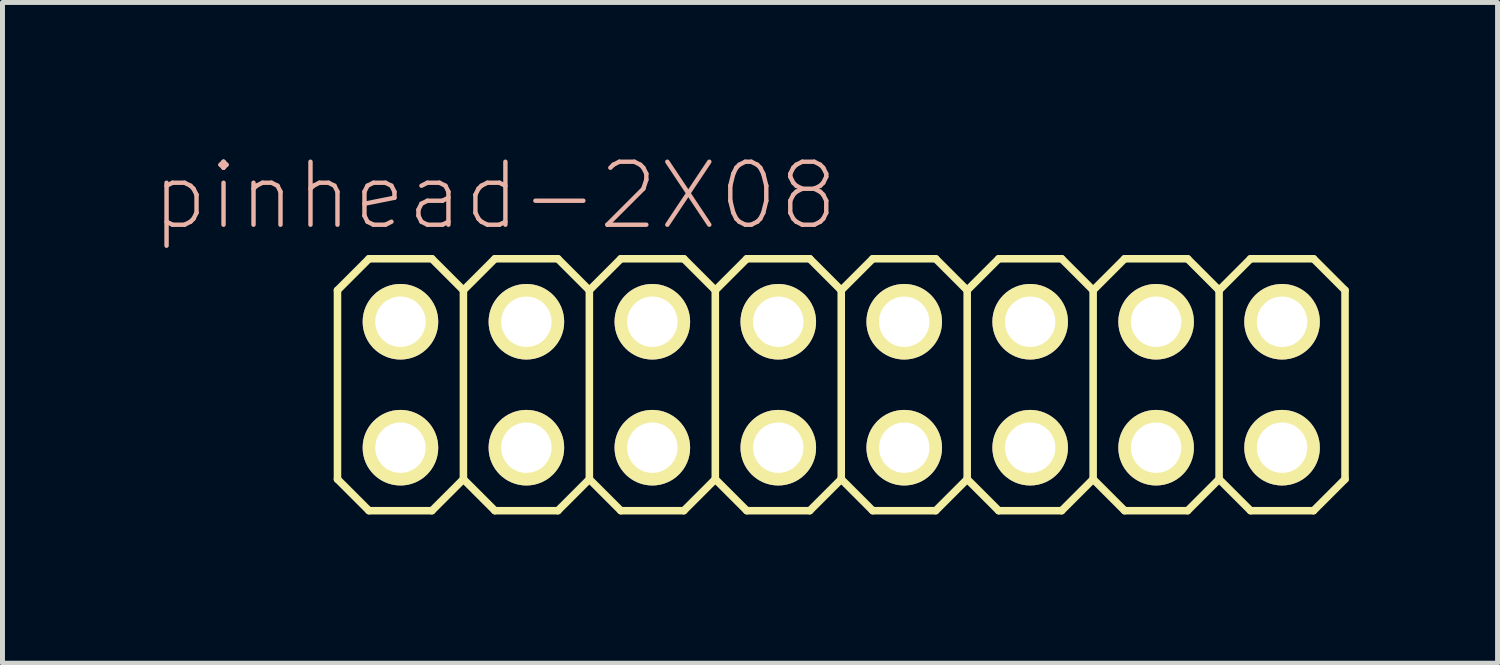
<source format=kicad_pcb>
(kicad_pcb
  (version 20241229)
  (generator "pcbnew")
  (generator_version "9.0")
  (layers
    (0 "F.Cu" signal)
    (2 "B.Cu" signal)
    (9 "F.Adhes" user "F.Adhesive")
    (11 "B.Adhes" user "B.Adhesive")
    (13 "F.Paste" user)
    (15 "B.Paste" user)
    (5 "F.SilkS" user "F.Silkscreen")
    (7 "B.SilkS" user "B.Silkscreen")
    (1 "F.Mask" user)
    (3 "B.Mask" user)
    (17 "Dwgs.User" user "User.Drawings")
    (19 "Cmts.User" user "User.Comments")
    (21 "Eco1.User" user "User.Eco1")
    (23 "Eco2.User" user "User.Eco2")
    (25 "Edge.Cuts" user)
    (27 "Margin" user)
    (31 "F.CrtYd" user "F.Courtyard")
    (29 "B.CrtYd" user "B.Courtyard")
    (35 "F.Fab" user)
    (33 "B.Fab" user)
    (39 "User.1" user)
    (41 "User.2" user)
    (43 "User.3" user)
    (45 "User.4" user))
  (footprint "pinhead-2X08"
    (layer "F.Cu")
    (at 13.916 4.709)
    (property "Reference" "pinhead-2X08" (at -6.985 -3.81 0) (layer "B.SilkS") (effects (font (size 1.27 1.27) (thickness 0.089))))
    (attr exclude_from_pos_files exclude_from_bom)
    (fp_line (start -10.16 -1.905) (end -9.525 -2.54) (stroke (width 0.152) (type solid)) (layer "F.SilkS"))
    (fp_line (start -10.16 1.905) (end -10.16 -1.905) (stroke (width 0.152) (type solid)) (layer "F.SilkS"))
    (fp_line (start -10.16 1.905) (end -9.525 2.54) (stroke (width 0.152) (type solid)) (layer "F.SilkS"))
    (fp_line (start -9.525 -2.54) (end -8.255 -2.54) (stroke (width 0.152) (type solid)) (layer "F.SilkS"))
    (fp_line (start -9.525 2.54) (end -8.255 2.54) (stroke (width 0.152) (type solid)) (layer "F.SilkS"))
    (fp_line (start -9.144 -1.524) (end -8.636 -1.524) (stroke (width 0.066) (type solid)) (layer "F.SilkS"))
    (fp_line (start -9.144 -1.016) (end -9.144 -1.524) (stroke (width 0.066) (type solid)) (layer "F.SilkS"))
    (fp_line (start -9.144 -1.016) (end -8.636 -1.016) (stroke (width 0.066) (type solid)) (layer "F.SilkS"))
    (fp_line (start -9.144 1.016) (end -8.636 1.016) (stroke (width 0.066) (type solid)) (layer "F.SilkS"))
    (fp_line (start -9.144 1.524) (end -9.144 1.016) (stroke (width 0.066) (type solid)) (layer "F.SilkS"))
    (fp_line (start -9.144 1.524) (end -8.636 1.524) (stroke (width 0.066) (type solid)) (layer "F.SilkS"))
    (fp_line (start -8.636 -1.016) (end -8.636 -1.524) (stroke (width 0.066) (type solid)) (layer "F.SilkS"))
    (fp_line (start -8.636 1.524) (end -8.636 1.016) (stroke (width 0.066) (type solid)) (layer "F.SilkS"))
    (fp_line (start -8.255 -2.54) (end -7.62 -1.905) (stroke (width 0.152) (type solid)) (layer "F.SilkS"))
    (fp_line (start -8.255 2.54) (end -7.62 1.905) (stroke (width 0.152) (type solid)) (layer "F.SilkS"))
    (fp_line (start -7.62 -1.905) (end -7.62 1.905) (stroke (width 0.152) (type solid)) (layer "F.SilkS"))
    (fp_line (start -7.62 -1.905) (end -6.985 -2.54) (stroke (width 0.152) (type solid)) (layer "F.SilkS"))
    (fp_line (start -7.62 1.905) (end -6.985 2.54) (stroke (width 0.152) (type solid)) (layer "F.SilkS"))
    (fp_line (start -6.985 -2.54) (end -5.715 -2.54) (stroke (width 0.152) (type solid)) (layer "F.SilkS"))
    (fp_line (start -6.985 2.54) (end -5.715 2.54) (stroke (width 0.152) (type solid)) (layer "F.SilkS"))
    (fp_line (start -6.604 -1.524) (end -6.096 -1.524) (stroke (width 0.066) (type solid)) (layer "F.SilkS"))
    (fp_line (start -6.604 -1.016) (end -6.604 -1.524) (stroke (width 0.066) (type solid)) (layer "F.SilkS"))
    (fp_line (start -6.604 -1.016) (end -6.096 -1.016) (stroke (width 0.066) (type solid)) (layer "F.SilkS"))
    (fp_line (start -6.604 1.016) (end -6.096 1.016) (stroke (width 0.066) (type solid)) (layer "F.SilkS"))
    (fp_line (start -6.604 1.524) (end -6.604 1.016) (stroke (width 0.066) (type solid)) (layer "F.SilkS"))
    (fp_line (start -6.604 1.524) (end -6.096 1.524) (stroke (width 0.066) (type solid)) (layer "F.SilkS"))
    (fp_line (start -6.096 -1.016) (end -6.096 -1.524) (stroke (width 0.066) (type solid)) (layer "F.SilkS"))
    (fp_line (start -6.096 1.524) (end -6.096 1.016) (stroke (width 0.066) (type solid)) (layer "F.SilkS"))
    (fp_line (start -5.715 -2.54) (end -5.08 -1.905) (stroke (width 0.152) (type solid)) (layer "F.SilkS"))
    (fp_line (start -5.715 2.54) (end -5.08 1.905) (stroke (width 0.152) (type solid)) (layer "F.SilkS"))
    (fp_line (start -5.08 -1.905) (end -5.08 1.905) (stroke (width 0.152) (type solid)) (layer "F.SilkS"))
    (fp_line (start -5.08 -1.905) (end -4.445 -2.54) (stroke (width 0.152) (type solid)) (layer "F.SilkS"))
    (fp_line (start -5.08 1.905) (end -4.445 2.54) (stroke (width 0.152) (type solid)) (layer "F.SilkS"))
    (fp_line (start -4.445 -2.54) (end -3.175 -2.54) (stroke (width 0.152) (type solid)) (layer "F.SilkS"))
    (fp_line (start -4.445 2.54) (end -3.175 2.54) (stroke (width 0.152) (type solid)) (layer "F.SilkS"))
    (fp_line (start -4.064 -1.524) (end -3.556 -1.524) (stroke (width 0.066) (type solid)) (layer "F.SilkS"))
    (fp_line (start -4.064 -1.016) (end -4.064 -1.524) (stroke (width 0.066) (type solid)) (layer "F.SilkS"))
    (fp_line (start -4.064 -1.016) (end -3.556 -1.016) (stroke (width 0.066) (type solid)) (layer "F.SilkS"))
    (fp_line (start -4.064 1.016) (end -3.556 1.016) (stroke (width 0.066) (type solid)) (layer "F.SilkS"))
    (fp_line (start -4.064 1.524) (end -4.064 1.016) (stroke (width 0.066) (type solid)) (layer "F.SilkS"))
    (fp_line (start -4.064 1.524) (end -3.556 1.524) (stroke (width 0.066) (type solid)) (layer "F.SilkS"))
    (fp_line (start -3.556 -1.016) (end -3.556 -1.524) (stroke (width 0.066) (type solid)) (layer "F.SilkS"))
    (fp_line (start -3.556 1.524) (end -3.556 1.016) (stroke (width 0.066) (type solid)) (layer "F.SilkS"))
    (fp_line (start -3.175 -2.54) (end -2.54 -1.905) (stroke (width 0.152) (type solid)) (layer "F.SilkS"))
    (fp_line (start -3.175 2.54) (end -2.54 1.905) (stroke (width 0.152) (type solid)) (layer "F.SilkS"))
    (fp_line (start -2.54 -1.905) (end -2.54 1.905) (stroke (width 0.152) (type solid)) (layer "F.SilkS"))
    (fp_line (start -2.54 -1.905) (end -1.905 -2.54) (stroke (width 0.152) (type solid)) (layer "F.SilkS"))
    (fp_line (start -2.54 1.905) (end -1.905 2.54) (stroke (width 0.152) (type solid)) (layer "F.SilkS"))
    (fp_line (start -1.905 -2.54) (end -0.635 -2.54) (stroke (width 0.152) (type solid)) (layer "F.SilkS"))
    (fp_line (start -1.905 2.54) (end -0.635 2.54) (stroke (width 0.152) (type solid)) (layer "F.SilkS"))
    (fp_line (start -1.524 -1.524) (end -1.016 -1.524) (stroke (width 0.066) (type solid)) (layer "F.SilkS"))
    (fp_line (start -1.524 -1.016) (end -1.524 -1.524) (stroke (width 0.066) (type solid)) (layer "F.SilkS"))
    (fp_line (start -1.524 -1.016) (end -1.016 -1.016) (stroke (width 0.066) (type solid)) (layer "F.SilkS"))
    (fp_line (start -1.524 1.016) (end -1.016 1.016) (stroke (width 0.066) (type solid)) (layer "F.SilkS"))
    (fp_line (start -1.524 1.524) (end -1.524 1.016) (stroke (width 0.066) (type solid)) (layer "F.SilkS"))
    (fp_line (start -1.524 1.524) (end -1.016 1.524) (stroke (width 0.066) (type solid)) (layer "F.SilkS"))
    (fp_line (start -1.016 -1.016) (end -1.016 -1.524) (stroke (width 0.066) (type solid)) (layer "F.SilkS"))
    (fp_line (start -1.016 1.524) (end -1.016 1.016) (stroke (width 0.066) (type solid)) (layer "F.SilkS"))
    (fp_line (start -0.635 -2.54) (end 0 -1.905) (stroke (width 0.152) (type solid)) (layer "F.SilkS"))
    (fp_line (start -0.635 2.54) (end 0 1.905) (stroke (width 0.152) (type solid)) (layer "F.SilkS"))
    (fp_line (start 0 -1.905) (end 0 1.905) (stroke (width 0.152) (type solid)) (layer "F.SilkS"))
    (fp_line (start 0 -1.905) (end 0.635 -2.54) (stroke (width 0.152) (type solid)) (layer "F.SilkS"))
    (fp_line (start 0 1.905) (end 0.635 2.54) (stroke (width 0.152) (type solid)) (layer "F.SilkS"))
    (fp_line (start 0.635 -2.54) (end 1.905 -2.54) (stroke (width 0.152) (type solid)) (layer "F.SilkS"))
    (fp_line (start 0.635 2.54) (end 1.905 2.54) (stroke (width 0.152) (type solid)) (layer "F.SilkS"))
    (fp_line (start 1.016 -1.524) (end 1.524 -1.524) (stroke (width 0.066) (type solid)) (layer "F.SilkS"))
    (fp_line (start 1.016 -1.016) (end 1.016 -1.524) (stroke (width 0.066) (type solid)) (layer "F.SilkS"))
    (fp_line (start 1.016 -1.016) (end 1.524 -1.016) (stroke (width 0.066) (type solid)) (layer "F.SilkS"))
    (fp_line (start 1.016 1.016) (end 1.524 1.016) (stroke (width 0.066) (type solid)) (layer "F.SilkS"))
    (fp_line (start 1.016 1.524) (end 1.016 1.016) (stroke (width 0.066) (type solid)) (layer "F.SilkS"))
    (fp_line (start 1.016 1.524) (end 1.524 1.524) (stroke (width 0.066) (type solid)) (layer "F.SilkS"))
    (fp_line (start 1.524 -1.016) (end 1.524 -1.524) (stroke (width 0.066) (type solid)) (layer "F.SilkS"))
    (fp_line (start 1.524 1.524) (end 1.524 1.016) (stroke (width 0.066) (type solid)) (layer "F.SilkS"))
    (fp_line (start 1.905 -2.54) (end 2.54 -1.905) (stroke (width 0.152) (type solid)) (layer "F.SilkS"))
    (fp_line (start 1.905 2.54) (end 2.54 1.905) (stroke (width 0.152) (type solid)) (layer "F.SilkS"))
    (fp_line (start 2.54 -1.905) (end 2.54 1.905) (stroke (width 0.152) (type solid)) (layer "F.SilkS"))
    (fp_line (start 2.54 -1.905) (end 3.175 -2.54) (stroke (width 0.152) (type solid)) (layer "F.SilkS"))
    (fp_line (start 2.54 1.905) (end 3.175 2.54) (stroke (width 0.152) (type solid)) (layer "F.SilkS"))
    (fp_line (start 3.175 -2.54) (end 4.445 -2.54) (stroke (width 0.152) (type solid)) (layer "F.SilkS"))
    (fp_line (start 3.175 2.54) (end 4.445 2.54) (stroke (width 0.152) (type solid)) (layer "F.SilkS"))
    (fp_line (start 3.556 -1.524) (end 4.064 -1.524) (stroke (width 0.066) (type solid)) (layer "F.SilkS"))
    (fp_line (start 3.556 -1.016) (end 3.556 -1.524) (stroke (width 0.066) (type solid)) (layer "F.SilkS"))
    (fp_line (start 3.556 -1.016) (end 4.064 -1.016) (stroke (width 0.066) (type solid)) (layer "F.SilkS"))
    (fp_line (start 3.556 1.016) (end 4.064 1.016) (stroke (width 0.066) (type solid)) (layer "F.SilkS"))
    (fp_line (start 3.556 1.524) (end 3.556 1.016) (stroke (width 0.066) (type solid)) (layer "F.SilkS"))
    (fp_line (start 3.556 1.524) (end 4.064 1.524) (stroke (width 0.066) (type solid)) (layer "F.SilkS"))
    (fp_line (start 4.064 -1.016) (end 4.064 -1.524) (stroke (width 0.066) (type solid)) (layer "F.SilkS"))
    (fp_line (start 4.064 1.524) (end 4.064 1.016) (stroke (width 0.066) (type solid)) (layer "F.SilkS"))
    (fp_line (start 4.445 -2.54) (end 5.08 -1.905) (stroke (width 0.152) (type solid)) (layer "F.SilkS"))
    (fp_line (start 4.445 2.54) (end 5.08 1.905) (stroke (width 0.152) (type solid)) (layer "F.SilkS"))
    (fp_line (start 5.08 -1.905) (end 5.08 1.905) (stroke (width 0.152) (type solid)) (layer "F.SilkS"))
    (fp_line (start 5.08 -1.905) (end 5.715 -2.54) (stroke (width 0.152) (type solid)) (layer "F.SilkS"))
    (fp_line (start 5.08 1.905) (end 5.715 2.54) (stroke (width 0.152) (type solid)) (layer "F.SilkS"))
    (fp_line (start 5.715 -2.54) (end 6.985 -2.54) (stroke (width 0.152) (type solid)) (layer "F.SilkS"))
    (fp_line (start 5.715 2.54) (end 6.985 2.54) (stroke (width 0.152) (type solid)) (layer "F.SilkS"))
    (fp_line (start 6.096 -1.524) (end 6.604 -1.524) (stroke (width 0.066) (type solid)) (layer "F.SilkS"))
    (fp_line (start 6.096 -1.016) (end 6.096 -1.524) (stroke (width 0.066) (type solid)) (layer "F.SilkS"))
    (fp_line (start 6.096 -1.016) (end 6.604 -1.016) (stroke (width 0.066) (type solid)) (layer "F.SilkS"))
    (fp_line (start 6.096 1.016) (end 6.604 1.016) (stroke (width 0.066) (type solid)) (layer "F.SilkS"))
    (fp_line (start 6.096 1.524) (end 6.096 1.016) (stroke (width 0.066) (type solid)) (layer "F.SilkS"))
    (fp_line (start 6.096 1.524) (end 6.604 1.524) (stroke (width 0.066) (type solid)) (layer "F.SilkS"))
    (fp_line (start 6.604 -1.016) (end 6.604 -1.524) (stroke (width 0.066) (type solid)) (layer "F.SilkS"))
    (fp_line (start 6.604 1.524) (end 6.604 1.016) (stroke (width 0.066) (type solid)) (layer "F.SilkS"))
    (fp_line (start 6.985 -2.54) (end 7.62 -1.905) (stroke (width 0.152) (type solid)) (layer "F.SilkS"))
    (fp_line (start 7.62 -1.905) (end 7.62 1.905) (stroke (width 0.152) (type solid)) (layer "F.SilkS"))
    (fp_line (start 7.62 -1.905) (end 8.255 -2.54) (stroke (width 0.152) (type solid)) (layer "F.SilkS"))
    (fp_line (start 7.62 1.905) (end 6.985 2.54) (stroke (width 0.152) (type solid)) (layer "F.SilkS"))
    (fp_line (start 7.62 1.905) (end 8.255 2.54) (stroke (width 0.152) (type solid)) (layer "F.SilkS"))
    (fp_line (start 8.255 -2.54) (end 9.525 -2.54) (stroke (width 0.152) (type solid)) (layer "F.SilkS"))
    (fp_line (start 8.255 2.54) (end 9.525 2.54) (stroke (width 0.152) (type solid)) (layer "F.SilkS"))
    (fp_line (start 8.636 -1.524) (end 9.144 -1.524) (stroke (width 0.066) (type solid)) (layer "F.SilkS"))
    (fp_line (start 8.636 -1.016) (end 8.636 -1.524) (stroke (width 0.066) (type solid)) (layer "F.SilkS"))
    (fp_line (start 8.636 -1.016) (end 9.144 -1.016) (stroke (width 0.066) (type solid)) (layer "F.SilkS"))
    (fp_line (start 8.636 1.016) (end 9.144 1.016) (stroke (width 0.066) (type solid)) (layer "F.SilkS"))
    (fp_line (start 8.636 1.524) (end 8.636 1.016) (stroke (width 0.066) (type solid)) (layer "F.SilkS"))
    (fp_line (start 8.636 1.524) (end 9.144 1.524) (stroke (width 0.066) (type solid)) (layer "F.SilkS"))
    (fp_line (start 9.144 -1.016) (end 9.144 -1.524) (stroke (width 0.066) (type solid)) (layer "F.SilkS"))
    (fp_line (start 9.144 1.524) (end 9.144 1.016) (stroke (width 0.066) (type solid)) (layer "F.SilkS"))
    (fp_line (start 9.525 -2.54) (end 10.16 -1.905) (stroke (width 0.152) (type solid)) (layer "F.SilkS"))
    (fp_line (start 10.16 -1.905) (end 10.16 1.905) (stroke (width 0.152) (type solid)) (layer "F.SilkS"))
    (fp_line (start 10.16 1.905) (end 9.525 2.54) (stroke (width 0.152) (type solid)) (layer "F.SilkS"))
    (pad "1" thru_hole circle (at -8.89 1.27) (size 1.524 1.524) (drill 1.016) (layers "*.Cu" "F.Mask" "F.SilkS" "F.Paste"))
    (pad "2" thru_hole circle (at -8.89 -1.27) (size 1.524 1.524) (drill 1.016) (layers "*.Cu" "F.Mask" "F.SilkS" "F.Paste"))
    (pad "3" thru_hole circle (at -6.35 1.27) (size 1.524 1.524) (drill 1.016) (layers "*.Cu" "F.Mask" "F.SilkS" "F.Paste"))
    (pad "4" thru_hole circle (at -6.35 -1.27) (size 1.524 1.524) (drill 1.016) (layers "*.Cu" "F.Mask" "F.SilkS" "F.Paste"))
    (pad "5" thru_hole circle (at -3.81 1.27) (size 1.524 1.524) (drill 1.016) (layers "*.Cu" "F.Mask" "F.SilkS" "F.Paste"))
    (pad "6" thru_hole circle (at -3.81 -1.27) (size 1.524 1.524) (drill 1.016) (layers "*.Cu" "F.Mask" "F.SilkS" "F.Paste"))
    (pad "7" thru_hole circle (at -1.27 1.27) (size 1.524 1.524) (drill 1.016) (layers "*.Cu" "F.Mask" "F.SilkS" "F.Paste"))
    (pad "8" thru_hole circle (at -1.27 -1.27) (size 1.524 1.524) (drill 1.016) (layers "*.Cu" "F.Mask" "F.SilkS" "F.Paste"))
    (pad "9" thru_hole circle (at 1.27 1.27) (size 1.524 1.524) (drill 1.016) (layers "*.Cu" "F.Mask" "F.SilkS" "F.Paste"))
    (pad "10" thru_hole circle (at 1.27 -1.27) (size 1.524 1.524) (drill 1.016) (layers "*.Cu" "F.Mask" "F.SilkS" "F.Paste"))
    (pad "11" thru_hole circle (at 3.81 1.27) (size 1.524 1.524) (drill 1.016) (layers "*.Cu" "F.Mask" "F.SilkS" "F.Paste"))
    (pad "12" thru_hole circle (at 3.81 -1.27) (size 1.524 1.524) (drill 1.016) (layers "*.Cu" "F.Mask" "F.SilkS" "F.Paste"))
    (pad "13" thru_hole circle (at 6.35 1.27) (size 1.524 1.524) (drill 1.016) (layers "*.Cu" "F.Mask" "F.SilkS" "F.Paste"))
    (pad "14" thru_hole circle (at 6.35 -1.27) (size 1.524 1.524) (drill 1.016) (layers "*.Cu" "F.Mask" "F.SilkS" "F.Paste"))
    (pad "15" thru_hole circle (at 8.89 1.27) (size 1.524 1.524) (drill 1.016) (layers "*.Cu" "F.Mask" "F.SilkS" "F.Paste"))
    (pad "16" thru_hole circle (at 8.89 -1.27) (size 1.524 1.524) (drill 1.016) (layers "*.Cu" "F.Mask" "F.SilkS" "F.Paste")))
  (gr_rect
    (start -3 -3)
    (end 27.152 10.325)
    (stroke (width 0.1) (type default))
    (fill no)
    (layer "Edge.Cuts")))
</source>
